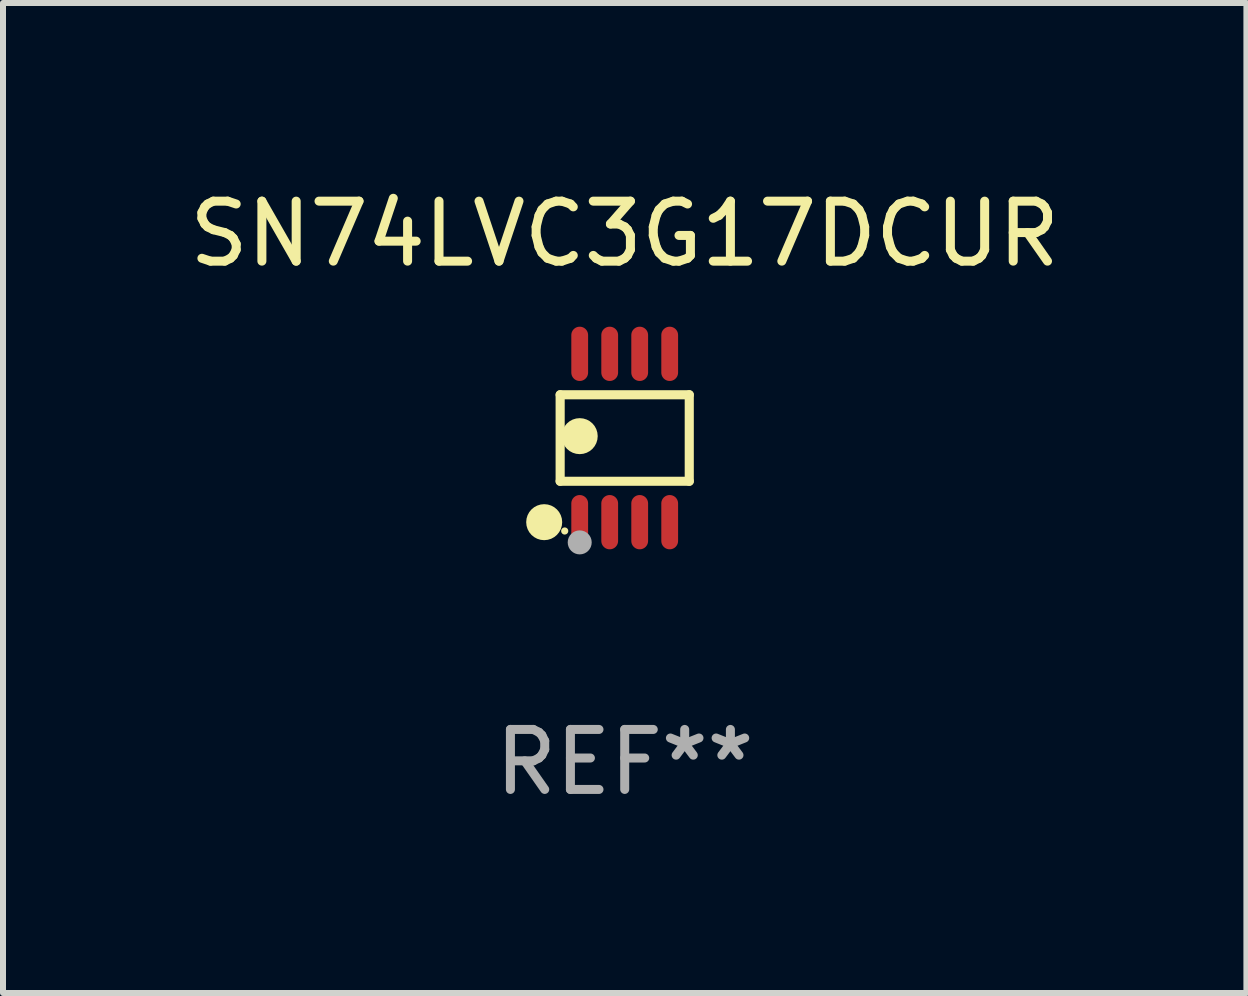
<source format=kicad_pcb>
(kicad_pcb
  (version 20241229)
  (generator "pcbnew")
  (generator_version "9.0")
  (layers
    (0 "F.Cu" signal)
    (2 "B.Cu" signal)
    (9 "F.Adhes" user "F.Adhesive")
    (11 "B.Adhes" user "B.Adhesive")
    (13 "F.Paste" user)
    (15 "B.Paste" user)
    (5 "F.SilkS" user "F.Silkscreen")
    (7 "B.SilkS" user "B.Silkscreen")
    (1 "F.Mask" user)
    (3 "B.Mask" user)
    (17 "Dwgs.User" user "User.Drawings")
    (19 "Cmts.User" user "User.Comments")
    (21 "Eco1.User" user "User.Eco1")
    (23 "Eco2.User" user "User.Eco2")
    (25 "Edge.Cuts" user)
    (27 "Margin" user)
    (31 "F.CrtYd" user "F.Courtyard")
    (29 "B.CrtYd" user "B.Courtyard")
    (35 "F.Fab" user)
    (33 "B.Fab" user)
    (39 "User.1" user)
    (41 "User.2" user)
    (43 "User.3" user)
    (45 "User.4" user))
  (footprint "SN74LVC3G17DCUR"
    (layer "F.Cu")
    (at 7.363 4.251)
    (property "Reference" "SN74LVC3G17DCUR" (at 0 -3.403 0) (layer "F.SilkS") (effects (font (size 1 1) (thickness 0.15))))
    (attr through_hole)
    (fp_line (start -1.076 -0.721) (end 1.076 -0.721) (stroke (width 0.152) (type solid)) (layer "F.SilkS"))
    (fp_line (start -1.076 0.721) (end -1.076 -0.721) (stroke (width 0.152) (type solid)) (layer "F.SilkS"))
    (fp_line (start 1.076 -0.721) (end 1.076 0.721) (stroke (width 0.152) (type solid)) (layer "F.SilkS"))
    (fp_line (start 1.076 0.721) (end -1.076 0.721) (stroke (width 0.152) (type solid)) (layer "F.SilkS"))
    (fp_circle (center -1.342 1.403) (end -1.192 1.403) (stroke (width 0.3) (type solid)) (fill no) (layer "F.SilkS"))
    (fp_circle (center -1 1.55) (end -0.97 1.55) (stroke (width 0.06) (type solid)) (fill no) (layer "F.SilkS"))
    (fp_circle (center -0.75 -0.031) (end -0.6 -0.031) (stroke (width 0.3) (type solid)) (fill no) (layer "F.SilkS"))
    (fp_circle (center -0.75 1.74) (end -0.65 1.74) (stroke (width 0.2) (type solid)) (fill no) (layer "F.Fab"))
    (fp_text user "REF**" (at 0 5.403 0) (layer "F.Fab") (effects (font (size 1 1) (thickness 0.15))))
    (pad "1" smd oval (at -0.75 1.403) (size 0.28 0.905) (layers "F.Cu" "F.Mask" "F.Paste"))
    (pad "2" smd oval (at -0.25 1.403) (size 0.28 0.905) (layers "F.Cu" "F.Mask" "F.Paste"))
    (pad "3" smd oval (at 0.25 1.403) (size 0.28 0.905) (layers "F.Cu" "F.Mask" "F.Paste"))
    (pad "4" smd oval (at 0.75 1.403) (size 0.28 0.905) (layers "F.Cu" "F.Mask" "F.Paste"))
    (pad "5" smd oval (at 0.75 -1.403) (size 0.28 0.905) (layers "F.Cu" "F.Mask" "F.Paste"))
    (pad "6" smd oval (at 0.25 -1.403) (size 0.28 0.905) (layers "F.Cu" "F.Mask" "F.Paste"))
    (pad "7" smd oval (at -0.25 -1.403) (size 0.28 0.905) (layers "F.Cu" "F.Mask" "F.Paste"))
    (pad "8" smd oval (at -0.75 -1.403) (size 0.28 0.905) (layers "F.Cu" "F.Mask" "F.Paste")))
  (gr_rect
    (start -3 -3)
    (end 17.726 13.502)
    (stroke (width 0.1) (type default))
    (fill no)
    (layer "Edge.Cuts")))
</source>
